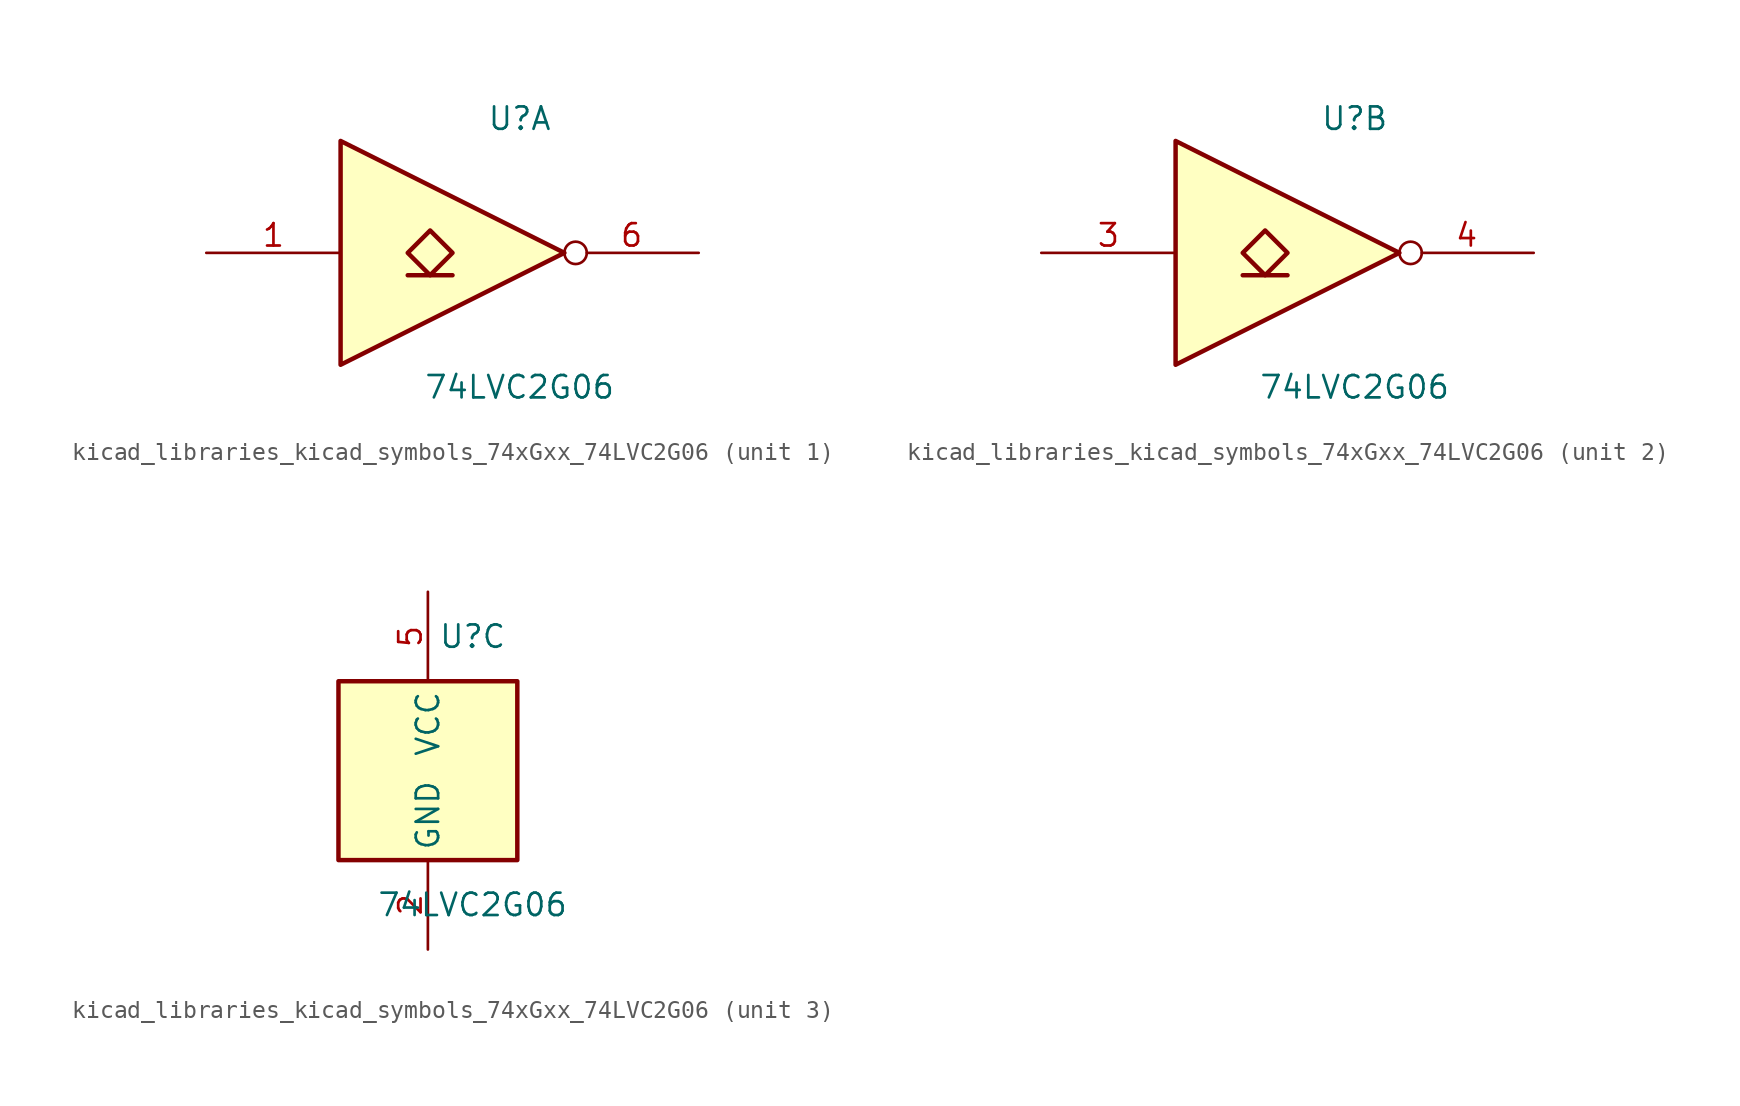
<source format=kicad_sym>
(kicad_symbol_lib
  (version 20220914)
  (generator kicad_symbol_editor)
  (symbol "kicad_libraries_kicad_symbols_74xGxx_74LVC2G06"
    (property "Reference" "U"
      (at 2.54 7.62 0)
      (effects (font (size 1.27 1.27))))
    (property "Value" "74LVC2G06"
      (at 2.54 -7.62 0)
      (effects (font (size 1.27 1.27))))
    (symbol "kicad_libraries_kicad_symbols_74xGxx_74LVC2G06_1_1"
      (polyline (pts (xy -3.81 -1.27) (xy -1.27 -1.27)) (stroke (width 0.254) (type default)) (fill (type background)))
      (polyline (pts (xy -7.62 6.35) (xy -7.62 -6.35) (xy 5.08 0) (xy -7.62 6.35)) (stroke (width 0.254) (type default)) (fill (type background)))
      (polyline (pts (xy -2.54 1.27) (xy -3.81 0) (xy -2.54 -1.27) (xy -1.27 0) (xy -2.54 1.27)) (stroke (width 0.254) (type default)) (fill (type background)))
      (pin input line (at -15.24 0 0) (length 7.62) (name "~" (effects (font (size 1.27 1.27)))) (number "1" (effects (font (size 1.27 1.27)))))
      (pin open_collector inverted (at 12.7 0 180) (length 7.62) (name "~" (effects (font (size 1.27 1.27)))) (number "6" (effects (font (size 1.27 1.27))))))
    (symbol "kicad_libraries_kicad_symbols_74xGxx_74LVC2G06_2_1"
      (polyline (pts (xy -3.81 -1.27) (xy -1.27 -1.27)) (stroke (width 0.254) (type default)) (fill (type background)))
      (polyline (pts (xy -7.62 6.35) (xy -7.62 -6.35) (xy 5.08 0) (xy -7.62 6.35)) (stroke (width 0.254) (type default)) (fill (type background)))
      (polyline (pts (xy -2.54 1.27) (xy -3.81 0) (xy -2.54 -1.27) (xy -1.27 0) (xy -2.54 1.27)) (stroke (width 0.254) (type default)) (fill (type background)))
      (pin input line (at -15.24 0 0) (length 7.62) (name "~" (effects (font (size 1.27 1.27)))) (number "3" (effects (font (size 1.27 1.27)))))
      (pin open_collector inverted (at 12.7 0 180) (length 7.62) (name "~" (effects (font (size 1.27 1.27)))) (number "4" (effects (font (size 1.27 1.27))))))
    (symbol "kicad_libraries_kicad_symbols_74xGxx_74LVC2G06_3_0"
      (rectangle (start -5.08 -5.08) (end 5.08 5.08) (stroke (width 0.254) (type default)) (fill (type background))))
    (symbol "kicad_libraries_kicad_symbols_74xGxx_74LVC2G06_3_1"
      (pin power_in line (at 0 -10.16 90) (length 5.08) (name "GND" (effects (font (size 1.27 1.27)))) (number "2" (effects (font (size 1.27 1.27)))))
      (pin power_in line (at 0 10.16 270) (length 5.08) (name "VCC" (effects (font (size 1.27 1.27)))) (number "5" (effects (font (size 1.27 1.27))))))))
</source>
